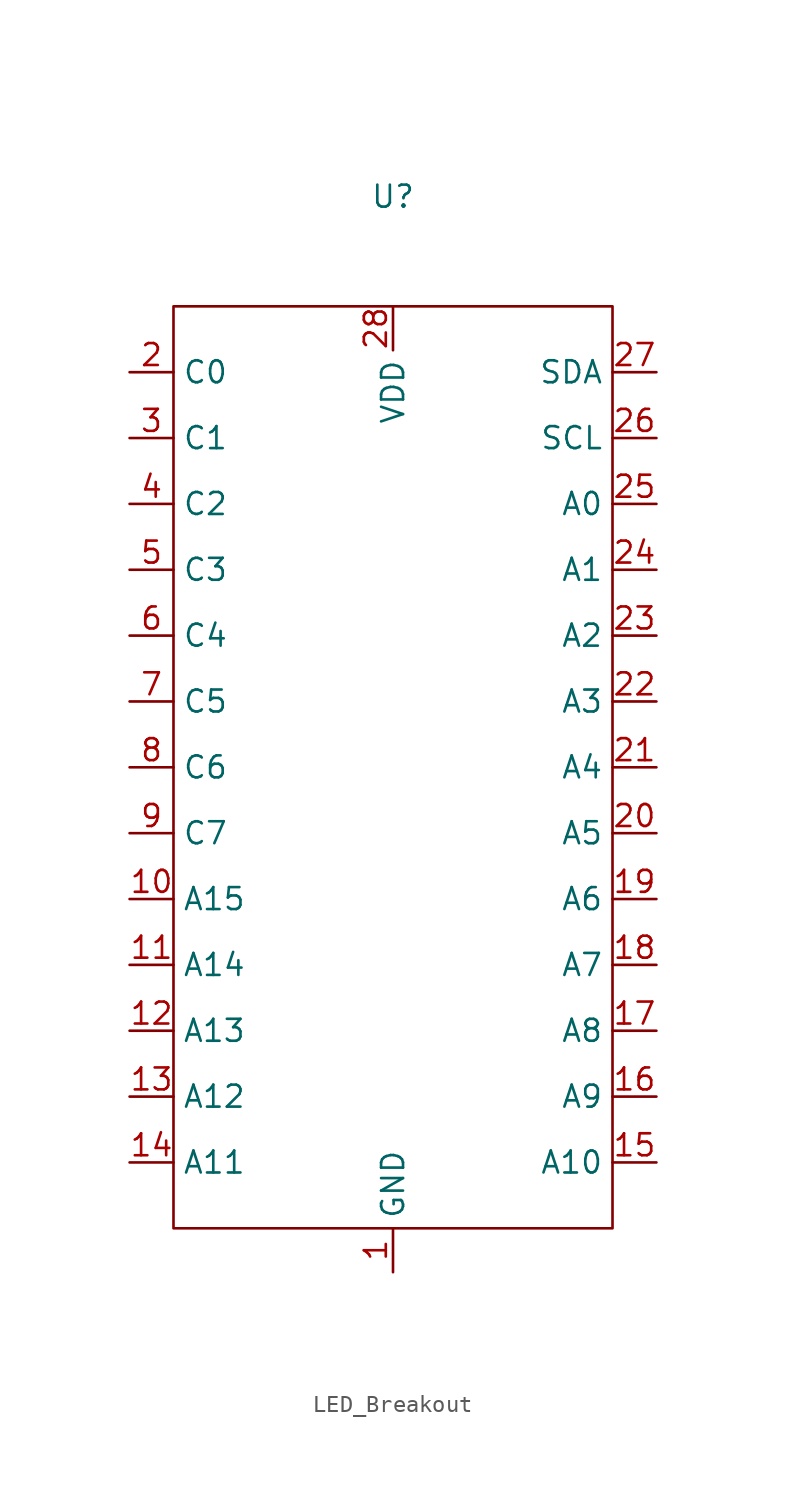
<source format=kicad_sym>
(kicad_symbol_lib
  (version 20231120)
  (generator "kicad_symbol_editor")
  (generator_version "8.0")
  (symbol "LED_Breakout"
    (property "Reference" "U"
      (at 0 3.81 0)
      (effects (font (size 1.27 1.27))))
    (property "Value" ""
      (at 0 0 0)
      (effects (font (size 1.27 1.27))))
    (symbol "LED_Breakout_0_1"
      (rectangle (start -12.7 -2.54) (end 12.7 -55.88) (stroke (width 0) (type default)) (fill (type none))))
    (symbol "LED_Breakout_1_1"
      (pin input line (at 0 -58.42 90) (length 2.54) (name "GND" (effects (font (size 1.27 1.27)))) (number "1" (effects (font (size 1.27 1.27)))))
      (pin input line (at -15.24 -36.83 0) (length 2.54) (name "A15" (effects (font (size 1.27 1.27)))) (number "10" (effects (font (size 1.27 1.27)))))
      (pin input line (at -15.24 -40.64 0) (length 2.54) (name "A14" (effects (font (size 1.27 1.27)))) (number "11" (effects (font (size 1.27 1.27)))))
      (pin input line (at -15.24 -44.45 0) (length 2.54) (name "A13" (effects (font (size 1.27 1.27)))) (number "12" (effects (font (size 1.27 1.27)))))
      (pin input line (at -15.24 -48.26 0) (length 2.54) (name "A12" (effects (font (size 1.27 1.27)))) (number "13" (effects (font (size 1.27 1.27)))))
      (pin input line (at -15.24 -52.07 0) (length 2.54) (name "A11" (effects (font (size 1.27 1.27)))) (number "14" (effects (font (size 1.27 1.27)))))
      (pin input line (at 15.24 -52.07 180) (length 2.54) (name "A10" (effects (font (size 1.27 1.27)))) (number "15" (effects (font (size 1.27 1.27)))))
      (pin input line (at 15.24 -48.26 180) (length 2.54) (name "A9" (effects (font (size 1.27 1.27)))) (number "16" (effects (font (size 1.27 1.27)))))
      (pin input line (at 15.24 -44.45 180) (length 2.54) (name "A8" (effects (font (size 1.27 1.27)))) (number "17" (effects (font (size 1.27 1.27)))))
      (pin input line (at 15.24 -40.64 180) (length 2.54) (name "A7" (effects (font (size 1.27 1.27)))) (number "18" (effects (font (size 1.27 1.27)))))
      (pin input line (at 15.24 -36.83 180) (length 2.54) (name "A6" (effects (font (size 1.27 1.27)))) (number "19" (effects (font (size 1.27 1.27)))))
      (pin input line (at -15.24 -6.35 0) (length 2.54) (name "C0" (effects (font (size 1.27 1.27)))) (number "2" (effects (font (size 1.27 1.27)))))
      (pin input line (at 15.24 -33.02 180) (length 2.54) (name "A5" (effects (font (size 1.27 1.27)))) (number "20" (effects (font (size 1.27 1.27)))))
      (pin input line (at 15.24 -29.21 180) (length 2.54) (name "A4" (effects (font (size 1.27 1.27)))) (number "21" (effects (font (size 1.27 1.27)))))
      (pin input line (at 15.24 -25.4 180) (length 2.54) (name "A3" (effects (font (size 1.27 1.27)))) (number "22" (effects (font (size 1.27 1.27)))))
      (pin input line (at 15.24 -21.59 180) (length 2.54) (name "A2" (effects (font (size 1.27 1.27)))) (number "23" (effects (font (size 1.27 1.27)))))
      (pin input line (at 15.24 -17.78 180) (length 2.54) (name "A1" (effects (font (size 1.27 1.27)))) (number "24" (effects (font (size 1.27 1.27)))))
      (pin input line (at 15.24 -13.97 180) (length 2.54) (name "A0" (effects (font (size 1.27 1.27)))) (number "25" (effects (font (size 1.27 1.27)))))
      (pin input line (at 15.24 -10.16 180) (length 2.54) (name "SCL" (effects (font (size 1.27 1.27)))) (number "26" (effects (font (size 1.27 1.27)))))
      (pin input line (at 15.24 -6.35 180) (length 2.54) (name "SDA" (effects (font (size 1.27 1.27)))) (number "27" (effects (font (size 1.27 1.27)))))
      (pin input line (at 0 -2.54 270) (length 2.54) (name "VDD" (effects (font (size 1.27 1.27)))) (number "28" (effects (font (size 1.27 1.27)))))
      (pin input line (at -15.24 -10.16 0) (length 2.54) (name "C1" (effects (font (size 1.27 1.27)))) (number "3" (effects (font (size 1.27 1.27)))))
      (pin input line (at -15.24 -13.97 0) (length 2.54) (name "C2" (effects (font (size 1.27 1.27)))) (number "4" (effects (font (size 1.27 1.27)))))
      (pin input line (at -15.24 -17.78 0) (length 2.54) (name "C3" (effects (font (size 1.27 1.27)))) (number "5" (effects (font (size 1.27 1.27)))))
      (pin input line (at -15.24 -21.59 0) (length 2.54) (name "C4" (effects (font (size 1.27 1.27)))) (number "6" (effects (font (size 1.27 1.27)))))
      (pin input line (at -15.24 -25.4 0) (length 2.54) (name "C5" (effects (font (size 1.27 1.27)))) (number "7" (effects (font (size 1.27 1.27)))))
      (pin input line (at -15.24 -29.21 0) (length 2.54) (name "C6" (effects (font (size 1.27 1.27)))) (number "8" (effects (font (size 1.27 1.27)))))
      (pin input line (at -15.24 -33.02 0) (length 2.54) (name "C7" (effects (font (size 1.27 1.27)))) (number "9" (effects (font (size 1.27 1.27))))))))
</source>
